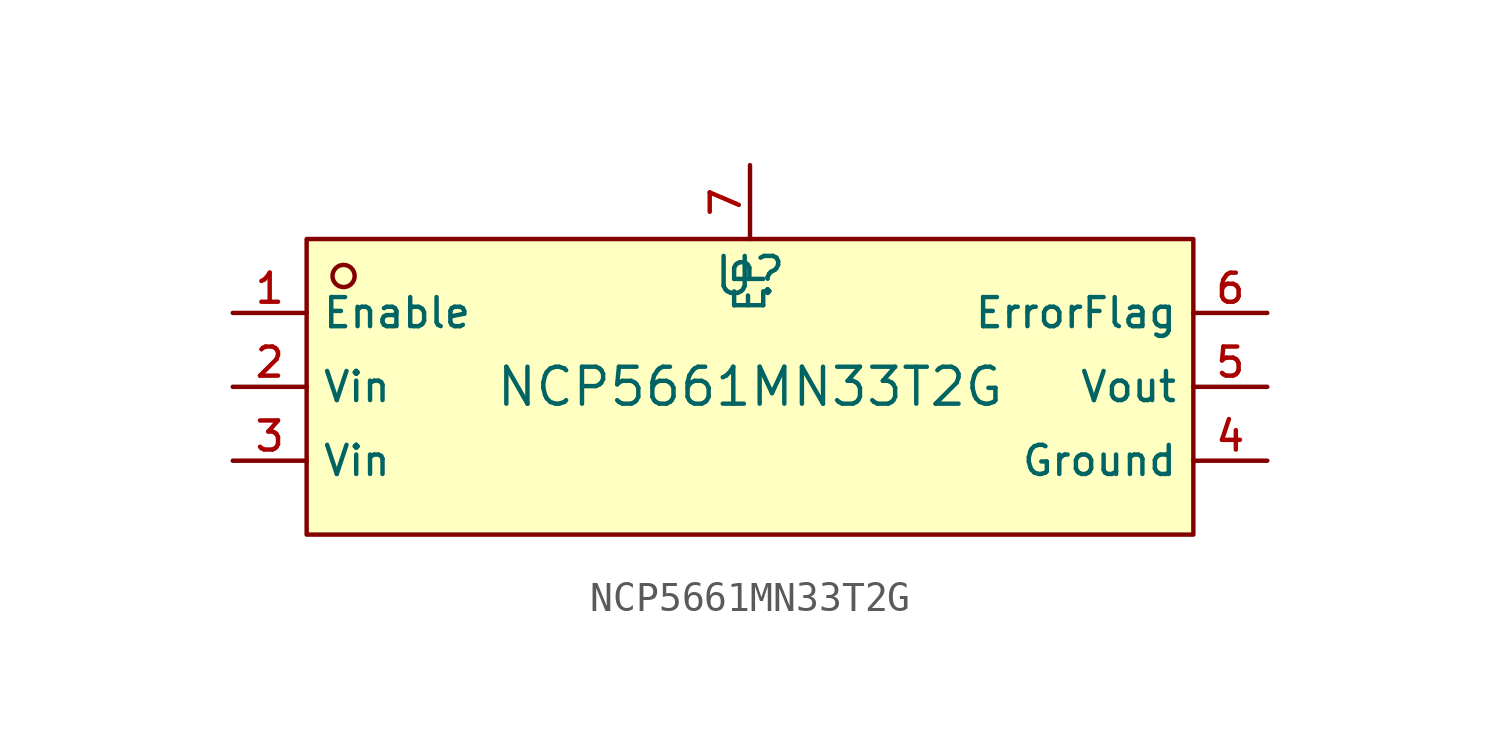
<source format=kicad_sym>
(kicad_symbol_lib
  (version 20210201)
  (generator TousstNicolas/JLC2KiCad_lib)
  (symbol "NCP5661MN33T2G"
    (property "Reference" "U"
      (at 0 1.27 0)
      (effects (font (size 1.27 1.27))))
    (property "Value" "NCP5661MN33T2G"
      (at 0 -2.54 0)
      (effects (font (size 1.27 1.27))))
    (symbol "NCP5661MN33T2G_0_1"
      (pin unspecified line (at 0.0 5.08 270) (length 2.54) (name "EP" (effects (font (size 1 1)))) (number "7" (effects (font (size 1 1)))))
      (pin unspecified line (at 17.78 -0.0 180) (length 2.54) (name "ErrorFlag" (effects (font (size 1 1)))) (number "6" (effects (font (size 1 1)))))
      (pin unspecified line (at 17.78 -2.54 180) (length 2.54) (name "Vout" (effects (font (size 1 1)))) (number "5" (effects (font (size 1 1)))))
      (pin unspecified line (at 17.78 -5.08 180) (length 2.54) (name "Ground" (effects (font (size 1 1)))) (number "4" (effects (font (size 1 1)))))
      (pin unspecified line (at -17.78 -5.08 0) (length 2.54) (name "Vin" (effects (font (size 1 1)))) (number "3" (effects (font (size 1 1)))))
      (pin unspecified line (at -17.78 -2.54 0) (length 2.54) (name "Vin" (effects (font (size 1 1)))) (number "2" (effects (font (size 1 1)))))
      (pin unspecified line (at -17.78 -0.0 0) (length 2.54) (name "Enable" (effects (font (size 1 1)))) (number "1" (effects (font (size 1 1)))))
      (circle (center -13.97 1.27) (radius 0.381) (stroke (width 0) (type default) (color 0 0 0 0)) (fill (type background)))
      (rectangle (start -15.24 2.54) (end 15.24 -7.62) (stroke (width 0) (type default) (color 0 0 0 0)) (fill (type background))))))
</source>
